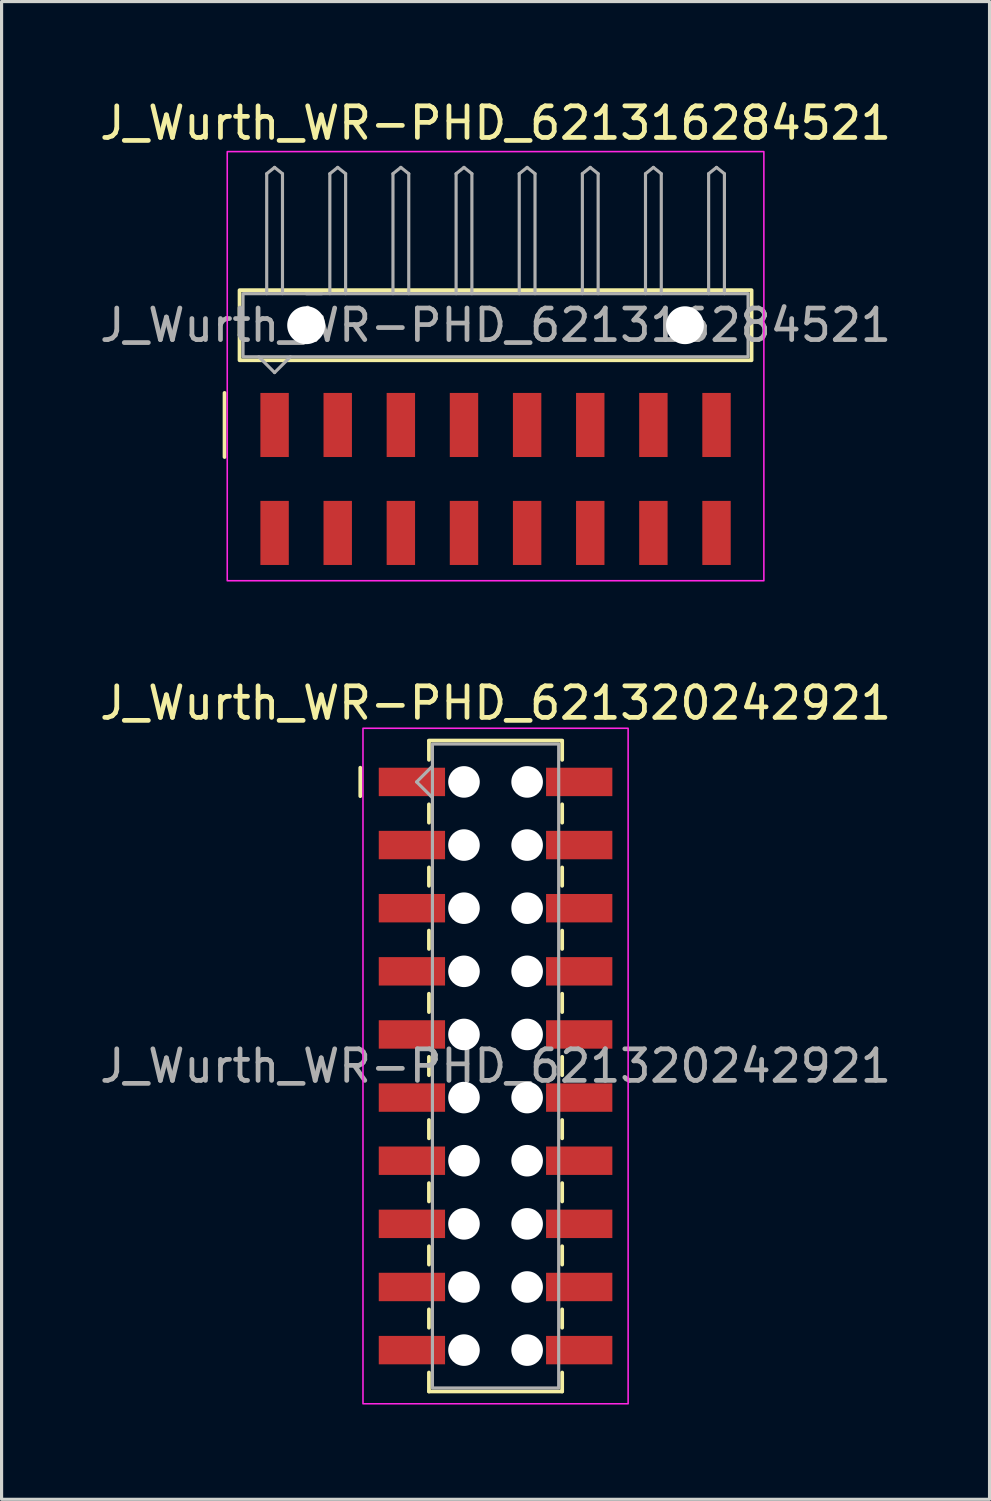
<source format=kicad_pcb>
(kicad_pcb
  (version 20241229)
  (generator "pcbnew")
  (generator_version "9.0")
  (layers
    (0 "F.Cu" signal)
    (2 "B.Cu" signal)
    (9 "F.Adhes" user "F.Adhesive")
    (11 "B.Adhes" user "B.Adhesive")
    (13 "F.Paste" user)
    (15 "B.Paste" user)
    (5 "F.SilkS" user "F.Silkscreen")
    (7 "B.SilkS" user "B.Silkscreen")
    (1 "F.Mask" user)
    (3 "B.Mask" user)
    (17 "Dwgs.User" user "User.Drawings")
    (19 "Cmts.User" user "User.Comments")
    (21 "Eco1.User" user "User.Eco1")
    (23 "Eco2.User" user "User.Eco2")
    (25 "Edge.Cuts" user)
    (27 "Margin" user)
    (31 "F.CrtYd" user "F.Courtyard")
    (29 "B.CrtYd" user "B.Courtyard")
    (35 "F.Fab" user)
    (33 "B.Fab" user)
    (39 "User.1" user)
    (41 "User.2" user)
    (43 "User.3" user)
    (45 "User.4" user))
  (footprint "J_Wurth_WR-PHD_621320242921"
    (layer "F.Cu")
    (at 12.649 30.721)
    (property "Reference" "J_Wurth_WR-PHD_621320242921" (at 0 -11.5 0) (unlocked yes) (layer "F.SilkS") (effects (font (size 1 1) (thickness 0.15))))
    (attr smd)
    (fp_line (start -4.285 -9.45) (end -4.285 -8.55) (stroke (width 0.12) (type solid)) (layer "F.SilkS"))
    (fp_line (start -2.11 -10.31) (end 2.11 -10.31) (stroke (width 0.12) (type solid)) (layer "F.SilkS"))
    (fp_line (start -2.11 -9.7) (end -2.11 -10.3) (stroke (width 0.12) (type solid)) (layer "F.SilkS"))
    (fp_line (start -2.11 -8.29) (end -2.11 -7.71) (stroke (width 0.12) (type solid)) (layer "F.SilkS"))
    (fp_line (start -2.11 -6.29) (end -2.11 -5.71) (stroke (width 0.12) (type solid)) (layer "F.SilkS"))
    (fp_line (start -2.11 -4.29) (end -2.11 -3.71) (stroke (width 0.12) (type solid)) (layer "F.SilkS"))
    (fp_line (start -2.11 -2.29) (end -2.11 -1.71) (stroke (width 0.12) (type solid)) (layer "F.SilkS"))
    (fp_line (start -2.11 -0.29) (end -2.11 0.29) (stroke (width 0.12) (type solid)) (layer "F.SilkS"))
    (fp_line (start -2.11 1.71) (end -2.11 2.29) (stroke (width 0.12) (type solid)) (layer "F.SilkS"))
    (fp_line (start -2.11 3.71) (end -2.11 4.29) (stroke (width 0.12) (type solid)) (layer "F.SilkS"))
    (fp_line (start -2.11 5.71) (end -2.11 6.29) (stroke (width 0.12) (type solid)) (layer "F.SilkS"))
    (fp_line (start -2.11 7.71) (end -2.11 8.29) (stroke (width 0.12) (type solid)) (layer "F.SilkS"))
    (fp_line (start -2.11 9.71) (end -2.11 10.31) (stroke (width 0.12) (type solid)) (layer "F.SilkS"))
    (fp_line (start 2.11 -9.7) (end 2.11 -10.3) (stroke (width 0.12) (type solid)) (layer "F.SilkS"))
    (fp_line (start 2.11 -8.29) (end 2.11 -7.71) (stroke (width 0.12) (type solid)) (layer "F.SilkS"))
    (fp_line (start 2.11 -6.29) (end 2.11 -5.71) (stroke (width 0.12) (type solid)) (layer "F.SilkS"))
    (fp_line (start 2.11 -4.29) (end 2.11 -3.71) (stroke (width 0.12) (type solid)) (layer "F.SilkS"))
    (fp_line (start 2.11 -2.29) (end 2.11 -1.71) (stroke (width 0.12) (type solid)) (layer "F.SilkS"))
    (fp_line (start 2.11 -0.29) (end 2.11 0.29) (stroke (width 0.12) (type solid)) (layer "F.SilkS"))
    (fp_line (start 2.11 1.71) (end 2.11 2.29) (stroke (width 0.12) (type solid)) (layer "F.SilkS"))
    (fp_line (start 2.11 3.71) (end 2.11 4.29) (stroke (width 0.12) (type solid)) (layer "F.SilkS"))
    (fp_line (start 2.11 5.71) (end 2.11 6.29) (stroke (width 0.12) (type solid)) (layer "F.SilkS"))
    (fp_line (start 2.11 7.71) (end 2.11 8.29) (stroke (width 0.12) (type solid)) (layer "F.SilkS"))
    (fp_line (start 2.11 9.71) (end 2.11 10.31) (stroke (width 0.12) (type solid)) (layer "F.SilkS"))
    (fp_line (start 2.11 10.31) (end -2.11 10.31) (stroke (width 0.12) (type solid)) (layer "F.SilkS"))
    (fp_rect (start -4.2 -10.7) (end 4.2 10.7) (stroke (width 0.05) (type solid)) (fill no) (layer "F.CrtYd"))
    (fp_line (start -2.5 -9) (end -2 -8.5) (stroke (width 0.1) (type default)) (layer "F.Fab"))
    (fp_line (start -2 -9.5) (end -2.5 -9) (stroke (width 0.1) (type default)) (layer "F.Fab"))
    (fp_rect (start -2 -10.2) (end 2 10.2) (stroke (width 0.1) (type solid)) (fill no) (layer "F.Fab"))
    (fp_text user "${REFERENCE}" (at 0 0 0) (unlocked yes) (layer "F.Fab") (effects (font (size 1 1) (thickness 0.15))))
    (pad "" np_thru_hole circle (at -1 -9 270) (size 1 1) (drill 1) (layers "*.Cu" "*.Mask"))
    (pad "" np_thru_hole circle (at -1 -7 270) (size 1 1) (drill 1) (layers "*.Cu" "*.Mask"))
    (pad "" np_thru_hole circle (at -1 -5 270) (size 1 1) (drill 1) (layers "*.Cu" "*.Mask"))
    (pad "" np_thru_hole circle (at -1 -3 270) (size 1 1) (drill 1) (layers "*.Cu" "*.Mask"))
    (pad "" np_thru_hole circle (at -1 -1 270) (size 1 1) (drill 1) (layers "*.Cu" "*.Mask"))
    (pad "" np_thru_hole circle (at -1 1 270) (size 1 1) (drill 1) (layers "*.Cu" "*.Mask"))
    (pad "" np_thru_hole circle (at -1 3 270) (size 1 1) (drill 1) (layers "*.Cu" "*.Mask"))
    (pad "" np_thru_hole circle (at -1 5 270) (size 1 1) (drill 1) (layers "*.Cu" "*.Mask"))
    (pad "" np_thru_hole circle (at -1 7 270) (size 1 1) (drill 1) (layers "*.Cu" "*.Mask"))
    (pad "" np_thru_hole circle (at -1 9 270) (size 1 1) (drill 1) (layers "*.Cu" "*.Mask"))
    (pad "" np_thru_hole circle (at 1 -9 270) (size 1 1) (drill 1) (layers "*.Cu" "*.Mask"))
    (pad "" np_thru_hole circle (at 1 -7 270) (size 1 1) (drill 1) (layers "*.Cu" "*.Mask"))
    (pad "" np_thru_hole circle (at 1 -5 270) (size 1 1) (drill 1) (layers "*.Cu" "*.Mask"))
    (pad "" np_thru_hole circle (at 1 -3 270) (size 1 1) (drill 1) (layers "*.Cu" "*.Mask"))
    (pad "" np_thru_hole circle (at 1 -1 270) (size 1 1) (drill 1) (layers "*.Cu" "*.Mask"))
    (pad "" np_thru_hole circle (at 1 1 270) (size 1 1) (drill 1) (layers "*.Cu" "*.Mask"))
    (pad "" np_thru_hole circle (at 1 3 270) (size 1 1) (drill 1) (layers "*.Cu" "*.Mask"))
    (pad "" np_thru_hole circle (at 1 5 270) (size 1 1) (drill 1) (layers "*.Cu" "*.Mask"))
    (pad "" np_thru_hole circle (at 1 7 270) (size 1 1) (drill 1) (layers "*.Cu" "*.Mask"))
    (pad "" np_thru_hole circle (at 1 9 270) (size 1 1) (drill 1) (layers "*.Cu" "*.Mask"))
    (pad "1" smd rect (at -2.65 -9 270) (size 0.9 2.1) (layers "F.Cu" "F.Mask" "F.Paste"))
    (pad "2" smd rect (at 2.65 -9 270) (size 0.9 2.1) (layers "F.Cu" "F.Mask" "F.Paste"))
    (pad "3" smd rect (at -2.65 -7 270) (size 0.9 2.1) (layers "F.Cu" "F.Mask" "F.Paste"))
    (pad "4" smd rect (at 2.65 -7 270) (size 0.9 2.1) (layers "F.Cu" "F.Mask" "F.Paste"))
    (pad "5" smd rect (at -2.65 -5 270) (size 0.9 2.1) (layers "F.Cu" "F.Mask" "F.Paste"))
    (pad "6" smd rect (at 2.65 -5 270) (size 0.9 2.1) (layers "F.Cu" "F.Mask" "F.Paste"))
    (pad "7" smd rect (at -2.65 -3 270) (size 0.9 2.1) (layers "F.Cu" "F.Mask" "F.Paste"))
    (pad "8" smd rect (at 2.65 -3 270) (size 0.9 2.1) (layers "F.Cu" "F.Mask" "F.Paste"))
    (pad "9" smd rect (at -2.65 -1 270) (size 0.9 2.1) (layers "F.Cu" "F.Mask" "F.Paste"))
    (pad "10" smd rect (at 2.65 -1 270) (size 0.9 2.1) (layers "F.Cu" "F.Mask" "F.Paste"))
    (pad "11" smd rect (at -2.65 1 270) (size 0.9 2.1) (layers "F.Cu" "F.Mask" "F.Paste"))
    (pad "12" smd rect (at 2.65 1 270) (size 0.9 2.1) (layers "F.Cu" "F.Mask" "F.Paste"))
    (pad "13" smd rect (at -2.65 3 270) (size 0.9 2.1) (layers "F.Cu" "F.Mask" "F.Paste"))
    (pad "14" smd rect (at 2.65 3 270) (size 0.9 2.1) (layers "F.Cu" "F.Mask" "F.Paste"))
    (pad "15" smd rect (at -2.65 5 270) (size 0.9 2.1) (layers "F.Cu" "F.Mask" "F.Paste"))
    (pad "16" smd rect (at 2.65 5 270) (size 0.9 2.1) (layers "F.Cu" "F.Mask" "F.Paste"))
    (pad "17" smd rect (at -2.65 7 270) (size 0.9 2.1) (layers "F.Cu" "F.Mask" "F.Paste"))
    (pad "18" smd rect (at 2.65 7 270) (size 0.9 2.1) (layers "F.Cu" "F.Mask" "F.Paste"))
    (pad "19" smd rect (at -2.65 9 270) (size 0.9 2.1) (layers "F.Cu" "F.Mask" "F.Paste"))
    (pad "20" smd rect (at 2.65 9 270) (size 0.9 2.1) (layers "F.Cu" "F.Mask" "F.Paste")))
  (footprint "J_Wurth_WR-PHD_621316284521"
    (layer "F.Cu")
    (at 12.649 7.253)
    (property "Reference" "J_Wurth_WR-PHD_621316284521" (at 0 -6.405 0) (unlocked yes) (layer "F.SilkS") (effects (font (size 1 1) (thickness 0.15))))
    (attr smd)
    (fp_line (start -8.585 4.175) (end -8.585 2.145) (stroke (width 0.12) (type solid)) (layer "F.SilkS"))
    (fp_rect (start -8.11 -1.11) (end 8.11 1.11) (stroke (width 0.12) (type solid)) (fill no) (layer "F.SilkS"))
    (fp_rect (start -8.5 -5.5) (end 8.5 8.095) (stroke (width 0.05) (type solid)) (fill no) (layer "F.CrtYd"))
    (fp_line (start -7.25 -4.8) (end -7.25 -1) (stroke (width 0.1) (type solid)) (layer "F.Fab"))
    (fp_line (start -7 -5) (end -7.25 -4.8) (stroke (width 0.1) (type default)) (layer "F.Fab"))
    (fp_line (start -7 1.5) (end -7.5 1) (stroke (width 0.1) (type default)) (layer "F.Fab"))
    (fp_line (start -7 1.5) (end -6.5 1) (stroke (width 0.1) (type default)) (layer "F.Fab"))
    (fp_line (start -6.75 -4.8) (end -7 -5) (stroke (width 0.1) (type default)) (layer "F.Fab"))
    (fp_line (start -6.75 -1) (end -6.75 -4.8) (stroke (width 0.1) (type solid)) (layer "F.Fab"))
    (fp_line (start -6 -1) (end -5.5 -1) (stroke (width 0.1) (type default)) (layer "F.Fab"))
    (fp_line (start -5.25 -4.8) (end -5 -5) (stroke (width 0.1) (type default)) (layer "F.Fab"))
    (fp_line (start -5.25 -1) (end -5.25 -4.8) (stroke (width 0.1) (type solid)) (layer "F.Fab"))
    (fp_line (start -5 -5) (end -4.75 -4.8) (stroke (width 0.1) (type default)) (layer "F.Fab"))
    (fp_line (start -4.75 -4.8) (end -4.75 -1) (stroke (width 0.1) (type solid)) (layer "F.Fab"))
    (fp_line (start -3.25 -4.8) (end -3 -5) (stroke (width 0.1) (type default)) (layer "F.Fab"))
    (fp_line (start -3.25 -1) (end -3.25 -4.8) (stroke (width 0.1) (type solid)) (layer "F.Fab"))
    (fp_line (start -3 -5) (end -2.75 -4.8) (stroke (width 0.1) (type default)) (layer "F.Fab"))
    (fp_line (start -2.75 -4.8) (end -2.75 -1) (stroke (width 0.1) (type solid)) (layer "F.Fab"))
    (fp_line (start -1.25 -4.8) (end -1 -5) (stroke (width 0.1) (type default)) (layer "F.Fab"))
    (fp_line (start -1.25 -1) (end -1.25 -4.8) (stroke (width 0.1) (type solid)) (layer "F.Fab"))
    (fp_line (start -1 -5) (end -0.75 -4.8) (stroke (width 0.1) (type default)) (layer "F.Fab"))
    (fp_line (start -0.75 -4.8) (end -0.75 -1) (stroke (width 0.1) (type solid)) (layer "F.Fab"))
    (fp_line (start 0.75 -4.8) (end 1 -5) (stroke (width 0.1) (type default)) (layer "F.Fab"))
    (fp_line (start 0.75 -1) (end 0.75 -4.8) (stroke (width 0.1) (type solid)) (layer "F.Fab"))
    (fp_line (start 1 -5) (end 1.25 -4.8) (stroke (width 0.1) (type default)) (layer "F.Fab"))
    (fp_line (start 1.25 -4.8) (end 1.25 -1) (stroke (width 0.1) (type solid)) (layer "F.Fab"))
    (fp_line (start 2.75 -4.8) (end 3 -5) (stroke (width 0.1) (type default)) (layer "F.Fab"))
    (fp_line (start 2.75 -1) (end 2.75 -4.8) (stroke (width 0.1) (type solid)) (layer "F.Fab"))
    (fp_line (start 3 -5) (end 3.25 -4.8) (stroke (width 0.1) (type default)) (layer "F.Fab"))
    (fp_line (start 3.25 -4.8) (end 3.25 -1) (stroke (width 0.1) (type solid)) (layer "F.Fab"))
    (fp_line (start 4.75 -4.8) (end 5 -5) (stroke (width 0.1) (type default)) (layer "F.Fab"))
    (fp_line (start 4.75 -1) (end 4.75 -4.8) (stroke (width 0.1) (type solid)) (layer "F.Fab"))
    (fp_line (start 5 -5) (end 5.25 -4.8) (stroke (width 0.1) (type default)) (layer "F.Fab"))
    (fp_line (start 5.25 -4.8) (end 5.25 -1) (stroke (width 0.1) (type solid)) (layer "F.Fab"))
    (fp_line (start 6.75 -4.8) (end 7 -5) (stroke (width 0.1) (type default)) (layer "F.Fab"))
    (fp_line (start 6.75 -1) (end 6.75 -4.8) (stroke (width 0.1) (type solid)) (layer "F.Fab"))
    (fp_line (start 7 -5) (end 7.25 -4.8) (stroke (width 0.1) (type default)) (layer "F.Fab"))
    (fp_line (start 7.25 -4.8) (end 7.25 -1) (stroke (width 0.1) (type solid)) (layer "F.Fab"))
    (fp_rect (start -8 -1) (end 8 1) (stroke (width 0.1) (type solid)) (fill no) (layer "F.Fab"))
    (fp_text user "${REFERENCE}" (at 0 0 0) (unlocked yes) (layer "F.Fab") (effects (font (size 1 1) (thickness 0.15))))
    (pad "" np_thru_hole circle (at -6 0 180) (size 1.2 1.2) (drill 1.2) (layers "*.Cu" "*.Mask"))
    (pad "" np_thru_hole circle (at 6 0 180) (size 1.2 1.2) (drill 1.2) (layers "*.Cu" "*.Mask"))
    (pad "1" smd rect (at -7 3.16 180) (size 0.9 2.03) (layers "F.Cu" "F.Mask" "F.Paste"))
    (pad "2" smd rect (at -7 6.58 180) (size 0.9 2.03) (layers "F.Cu" "F.Mask" "F.Paste"))
    (pad "3" smd rect (at -5 3.16 180) (size 0.9 2.03) (layers "F.Cu" "F.Mask" "F.Paste"))
    (pad "4" smd rect (at -5 6.58 180) (size 0.9 2.03) (layers "F.Cu" "F.Mask" "F.Paste"))
    (pad "5" smd rect (at -3 3.16 180) (size 0.9 2.03) (layers "F.Cu" "F.Mask" "F.Paste"))
    (pad "6" smd rect (at -3 6.58 180) (size 0.9 2.03) (layers "F.Cu" "F.Mask" "F.Paste"))
    (pad "7" smd rect (at -1 3.16 180) (size 0.9 2.03) (layers "F.Cu" "F.Mask" "F.Paste"))
    (pad "8" smd rect (at -1 6.58 180) (size 0.9 2.03) (layers "F.Cu" "F.Mask" "F.Paste"))
    (pad "9" smd rect (at 1 3.16 180) (size 0.9 2.03) (layers "F.Cu" "F.Mask" "F.Paste"))
    (pad "10" smd rect (at 1 6.58 180) (size 0.9 2.03) (layers "F.Cu" "F.Mask" "F.Paste"))
    (pad "11" smd rect (at 3 3.16 180) (size 0.9 2.03) (layers "F.Cu" "F.Mask" "F.Paste"))
    (pad "12" smd rect (at 3 6.58 180) (size 0.9 2.03) (layers "F.Cu" "F.Mask" "F.Paste"))
    (pad "13" smd rect (at 5 3.16 180) (size 0.9 2.03) (layers "F.Cu" "F.Mask" "F.Paste"))
    (pad "14" smd rect (at 5 6.58 180) (size 0.9 2.03) (layers "F.Cu" "F.Mask" "F.Paste"))
    (pad "15" smd rect (at 7 3.16 180) (size 0.9 2.03) (layers "F.Cu" "F.Mask" "F.Paste"))
    (pad "16" smd rect (at 7 6.58 180) (size 0.9 2.03) (layers "F.Cu" "F.Mask" "F.Paste")))
  (gr_rect
    (start -3 -3)
    (end 28.298 44.447)
    (stroke (width 0.1) (type default))
    (fill no)
    (layer "Edge.Cuts")))
</source>
